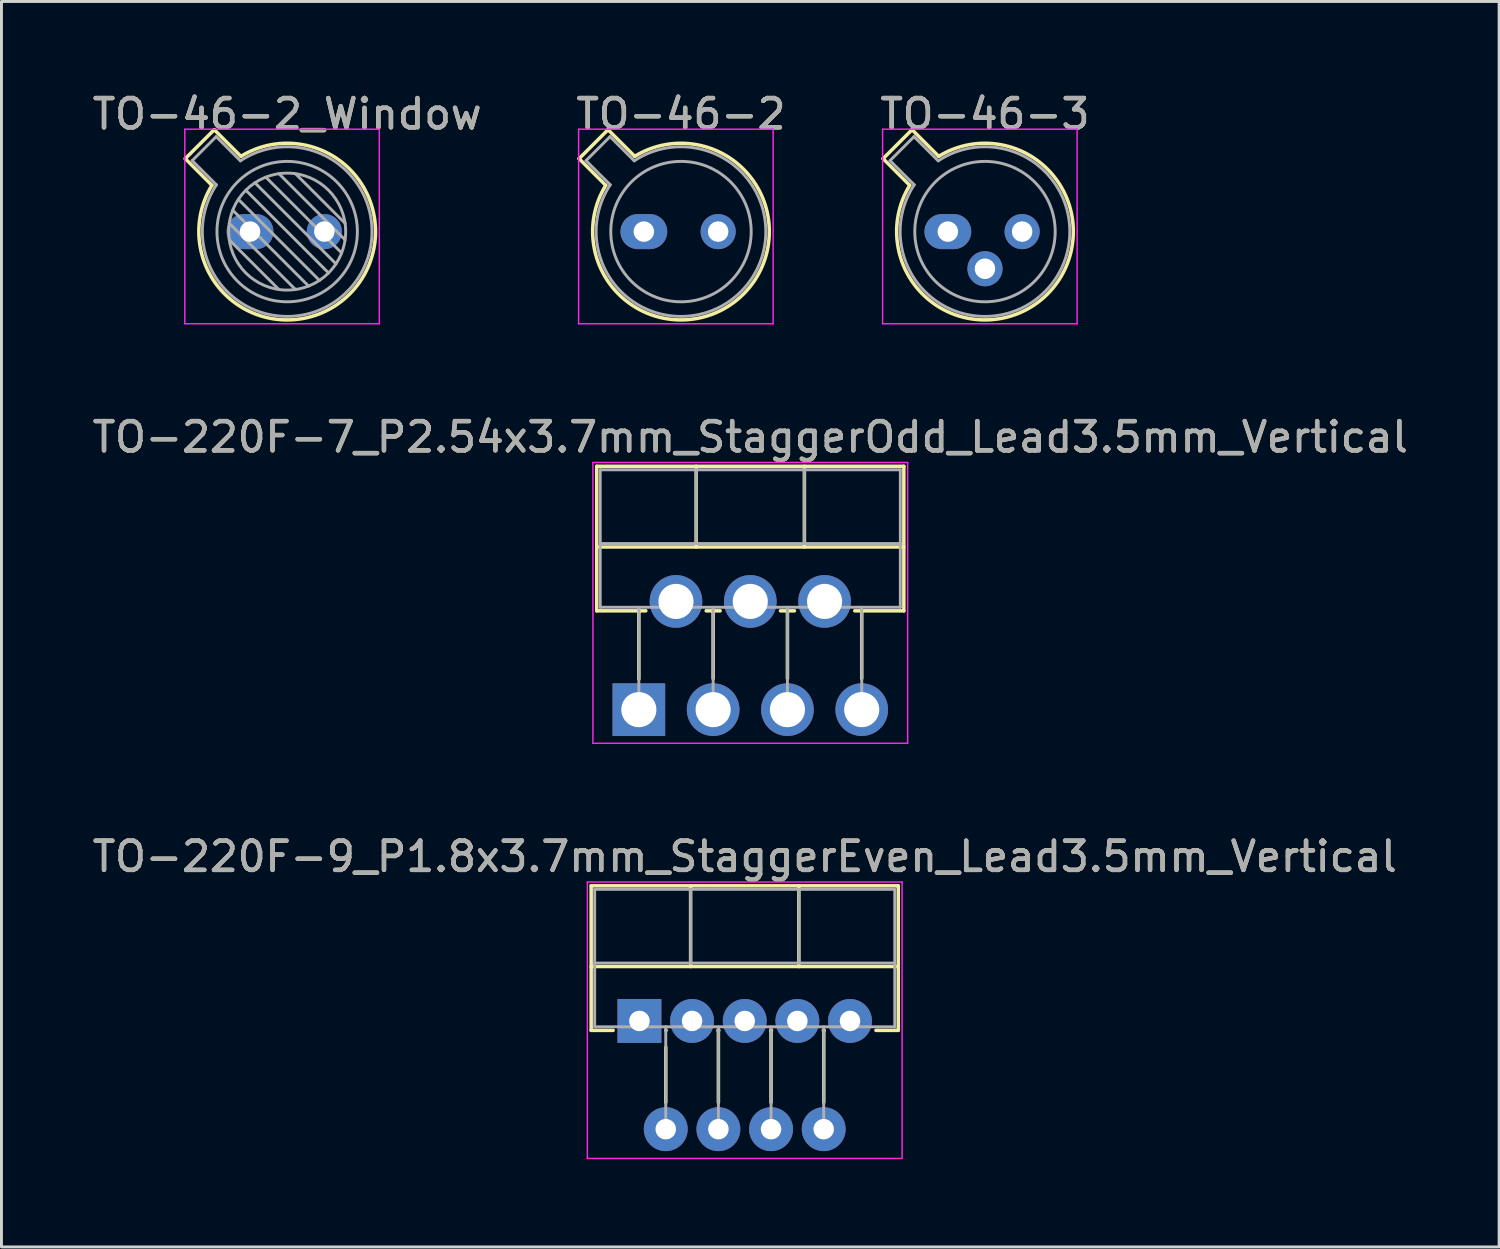
<source format=kicad_pcb>
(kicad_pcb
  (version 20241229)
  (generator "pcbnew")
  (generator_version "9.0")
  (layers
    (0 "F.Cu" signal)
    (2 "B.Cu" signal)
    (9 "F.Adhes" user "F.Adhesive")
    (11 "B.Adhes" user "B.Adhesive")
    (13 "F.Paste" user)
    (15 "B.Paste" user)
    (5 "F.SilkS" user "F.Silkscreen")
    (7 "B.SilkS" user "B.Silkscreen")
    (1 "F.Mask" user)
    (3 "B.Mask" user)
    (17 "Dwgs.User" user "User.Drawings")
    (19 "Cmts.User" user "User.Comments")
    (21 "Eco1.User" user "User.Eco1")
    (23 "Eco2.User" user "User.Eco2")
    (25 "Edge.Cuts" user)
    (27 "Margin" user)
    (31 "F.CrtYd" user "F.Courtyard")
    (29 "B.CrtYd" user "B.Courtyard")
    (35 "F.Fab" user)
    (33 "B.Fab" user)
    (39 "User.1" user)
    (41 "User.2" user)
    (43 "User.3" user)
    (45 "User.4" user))
  (footprint "TO-220F-7_P2.54x3.7mm_StaggerOdd_Lead3.5mm_Vertical"
    (layer "F.Cu")
    (at 18.791 21.212)
    (property "Reference" "TO-220F-7_P2.54x3.7mm_StaggerOdd_Lead3.5mm_Vertical" (at 3.81 -9.32 0) (layer "F.SilkS") (effects (font (size 1 1) (thickness 0.15))))
    (attr through_hole)
    (fp_line (start -1.44 -8.32) (end -1.44 -3.379) (stroke (width 0.12) (type solid)) (layer "F.SilkS"))
    (fp_line (start -1.44 -8.32) (end 9.06 -8.32) (stroke (width 0.12) (type solid)) (layer "F.SilkS"))
    (fp_line (start -1.44 -5.561) (end 9.06 -5.561) (stroke (width 0.12) (type solid)) (layer "F.SilkS"))
    (fp_line (start -1.44 -3.379) (end 0.239 -3.379) (stroke (width 0.12) (type solid)) (layer "F.SilkS"))
    (fp_line (start 0 -3.379) (end 0 -1.049) (stroke (width 0.12) (type solid)) (layer "F.SilkS"))
    (fp_line (start 1.96 -8.32) (end 1.96 -5.561) (stroke (width 0.12) (type solid)) (layer "F.SilkS"))
    (fp_line (start 2.302 -3.379) (end 2.779 -3.379) (stroke (width 0.12) (type solid)) (layer "F.SilkS"))
    (fp_line (start 2.54 -3.379) (end 2.54 -1.065) (stroke (width 0.12) (type solid)) (layer "F.SilkS"))
    (fp_line (start 4.842 -3.379) (end 5.319 -3.379) (stroke (width 0.12) (type solid)) (layer "F.SilkS"))
    (fp_line (start 5.08 -3.379) (end 5.08 -1.065) (stroke (width 0.12) (type solid)) (layer "F.SilkS"))
    (fp_line (start 5.66 -8.32) (end 5.66 -5.561) (stroke (width 0.12) (type solid)) (layer "F.SilkS"))
    (fp_line (start 7.382 -3.379) (end 9.06 -3.379) (stroke (width 0.12) (type solid)) (layer "F.SilkS"))
    (fp_line (start 7.62 -3.379) (end 7.62 -1.065) (stroke (width 0.12) (type solid)) (layer "F.SilkS"))
    (fp_line (start 9.06 -8.32) (end 9.06 -3.379) (stroke (width 0.12) (type solid)) (layer "F.SilkS"))
    (fp_line (start -1.57 -8.45) (end -1.57 1.15) (stroke (width 0.05) (type solid)) (layer "F.CrtYd"))
    (fp_line (start -1.57 1.15) (end 9.19 1.15) (stroke (width 0.05) (type solid)) (layer "F.CrtYd"))
    (fp_line (start 9.19 -8.45) (end -1.57 -8.45) (stroke (width 0.05) (type solid)) (layer "F.CrtYd"))
    (fp_line (start 9.19 1.15) (end 9.19 -8.45) (stroke (width 0.05) (type solid)) (layer "F.CrtYd"))
    (fp_line (start -1.32 -8.2) (end -1.32 -3.5) (stroke (width 0.1) (type solid)) (layer "F.Fab"))
    (fp_line (start -1.32 -5.68) (end 8.94 -5.68) (stroke (width 0.1) (type solid)) (layer "F.Fab"))
    (fp_line (start -1.32 -3.5) (end 8.94 -3.5) (stroke (width 0.1) (type solid)) (layer "F.Fab"))
    (fp_line (start 0 -3.5) (end 0 0) (stroke (width 0.1) (type solid)) (layer "F.Fab"))
    (fp_line (start 1.96 -8.2) (end 1.96 -5.68) (stroke (width 0.1) (type solid)) (layer "F.Fab"))
    (fp_line (start 2.54 -3.5) (end 2.54 0) (stroke (width 0.1) (type solid)) (layer "F.Fab"))
    (fp_line (start 5.08 -3.5) (end 5.08 0) (stroke (width 0.1) (type solid)) (layer "F.Fab"))
    (fp_line (start 5.66 -8.2) (end 5.66 -5.68) (stroke (width 0.1) (type solid)) (layer "F.Fab"))
    (fp_line (start 7.62 -3.5) (end 7.62 0) (stroke (width 0.1) (type solid)) (layer "F.Fab"))
    (fp_line (start 8.94 -8.2) (end -1.32 -8.2) (stroke (width 0.1) (type solid)) (layer "F.Fab"))
    (fp_line (start 8.94 -3.5) (end 8.94 -8.2) (stroke (width 0.1) (type solid)) (layer "F.Fab"))
    (fp_text user "${REFERENCE}" (at 3.81 -9.32 0) (layer "F.Fab") (effects (font (size 1 1) (thickness 0.15))))
    (pad "1" thru_hole rect (at 0 0) (size 1.8 1.8) (drill 1.2) (layers "*.Cu" "*.Mask"))
    (pad "2" thru_hole oval (at 1.27 -3.7) (size 1.8 1.8) (drill 1.2) (layers "*.Cu" "*.Mask"))
    (pad "3" thru_hole oval (at 2.54 0) (size 1.8 1.8) (drill 1.2) (layers "*.Cu" "*.Mask"))
    (pad "4" thru_hole oval (at 3.81 -3.7) (size 1.8 1.8) (drill 1.2) (layers "*.Cu" "*.Mask"))
    (pad "5" thru_hole oval (at 5.08 0) (size 1.8 1.8) (drill 1.2) (layers "*.Cu" "*.Mask"))
    (pad "6" thru_hole oval (at 6.35 -3.7) (size 1.8 1.8) (drill 1.2) (layers "*.Cu" "*.Mask"))
    (pad "7" thru_hole oval (at 7.62 0) (size 1.8 1.8) (drill 1.2) (layers "*.Cu" "*.Mask")))
  (footprint "TO-220F-9_P1.8x3.7mm_StaggerEven_Lead3.5mm_Vertical"
    (layer "F.Cu")
    (at 18.811 31.855)
    (property "Reference" "TO-220F-9_P1.8x3.7mm_StaggerEven_Lead3.5mm_Vertical" (at 3.6 -5.62 0) (layer "F.SilkS") (effects (font (size 1 1) (thickness 0.15))))
    (attr through_hole)
    (fp_line (start -1.65 -4.62) (end -1.65 0.321) (stroke (width 0.12) (type solid)) (layer "F.SilkS"))
    (fp_line (start -1.65 -4.62) (end 8.85 -4.62) (stroke (width 0.12) (type solid)) (layer "F.SilkS"))
    (fp_line (start -1.65 -1.861) (end 8.85 -1.861) (stroke (width 0.12) (type solid)) (layer "F.SilkS"))
    (fp_line (start -1.65 0.321) (end -0.9 0.321) (stroke (width 0.12) (type solid)) (layer "F.SilkS"))
    (fp_line (start 0.9 0.321) (end 0.914 0.321) (stroke (width 0.12) (type solid)) (layer "F.SilkS"))
    (fp_line (start 0.9 0.9) (end 0.9 2.785) (stroke (width 0.12) (type solid)) (layer "F.SilkS"))
    (fp_line (start 1.75 -4.62) (end 1.75 -1.861) (stroke (width 0.12) (type solid)) (layer "F.SilkS"))
    (fp_line (start 2.687 0.321) (end 2.714 0.321) (stroke (width 0.12) (type solid)) (layer "F.SilkS"))
    (fp_line (start 2.7 0.321) (end 2.7 2.785) (stroke (width 0.12) (type solid)) (layer "F.SilkS"))
    (fp_line (start 4.487 0.321) (end 4.514 0.321) (stroke (width 0.12) (type solid)) (layer "F.SilkS"))
    (fp_line (start 4.5 0.321) (end 4.5 2.785) (stroke (width 0.12) (type solid)) (layer "F.SilkS"))
    (fp_line (start 5.45 -4.62) (end 5.45 -1.861) (stroke (width 0.12) (type solid)) (layer "F.SilkS"))
    (fp_line (start 6.287 0.321) (end 6.314 0.321) (stroke (width 0.12) (type solid)) (layer "F.SilkS"))
    (fp_line (start 6.301 0.321) (end 6.301 2.785) (stroke (width 0.12) (type solid)) (layer "F.SilkS"))
    (fp_line (start 8.087 0.321) (end 8.85 0.321) (stroke (width 0.12) (type solid)) (layer "F.SilkS"))
    (fp_line (start 8.85 -4.62) (end 8.85 0.321) (stroke (width 0.12) (type solid)) (layer "F.SilkS"))
    (fp_line (start -1.78 -4.75) (end -1.78 4.7) (stroke (width 0.05) (type solid)) (layer "F.CrtYd"))
    (fp_line (start -1.78 4.7) (end 8.98 4.7) (stroke (width 0.05) (type solid)) (layer "F.CrtYd"))
    (fp_line (start 8.98 -4.75) (end -1.78 -4.75) (stroke (width 0.05) (type solid)) (layer "F.CrtYd"))
    (fp_line (start 8.98 4.7) (end 8.98 -4.75) (stroke (width 0.05) (type solid)) (layer "F.CrtYd"))
    (fp_line (start -1.53 -4.5) (end -1.53 0.2) (stroke (width 0.1) (type solid)) (layer "F.Fab"))
    (fp_line (start -1.53 -1.98) (end 8.73 -1.98) (stroke (width 0.1) (type solid)) (layer "F.Fab"))
    (fp_line (start -1.53 0.2) (end 8.73 0.2) (stroke (width 0.1) (type solid)) (layer "F.Fab"))
    (fp_line (start 0.9 0.2) (end 0.9 3.7) (stroke (width 0.1) (type solid)) (layer "F.Fab"))
    (fp_line (start 1.75 -4.5) (end 1.75 -1.98) (stroke (width 0.1) (type solid)) (layer "F.Fab"))
    (fp_line (start 2.7 0.2) (end 2.7 3.7) (stroke (width 0.1) (type solid)) (layer "F.Fab"))
    (fp_line (start 4.5 0.2) (end 4.5 3.7) (stroke (width 0.1) (type solid)) (layer "F.Fab"))
    (fp_line (start 5.45 -4.5) (end 5.45 -1.98) (stroke (width 0.1) (type solid)) (layer "F.Fab"))
    (fp_line (start 6.3 0.2) (end 6.3 3.7) (stroke (width 0.1) (type solid)) (layer "F.Fab"))
    (fp_line (start 8.73 -4.5) (end -1.53 -4.5) (stroke (width 0.1) (type solid)) (layer "F.Fab"))
    (fp_line (start 8.73 0.2) (end 8.73 -4.5) (stroke (width 0.1) (type solid)) (layer "F.Fab"))
    (fp_text user "${REFERENCE}" (at 3.6 -5.62 0) (layer "F.Fab") (effects (font (size 1 1) (thickness 0.15))))
    (pad "1" thru_hole rect (at 0 0) (size 1.5 1.5) (drill 0.7) (layers "*.Cu" "*.Mask"))
    (pad "2" thru_hole oval (at 0.9 3.7) (size 1.5 1.5) (drill 0.7) (layers "*.Cu" "*.Mask"))
    (pad "3" thru_hole oval (at 1.8 0) (size 1.5 1.5) (drill 0.7) (layers "*.Cu" "*.Mask"))
    (pad "4" thru_hole oval (at 2.7 3.7) (size 1.5 1.5) (drill 0.7) (layers "*.Cu" "*.Mask"))
    (pad "5" thru_hole oval (at 3.6 0) (size 1.5 1.5) (drill 0.7) (layers "*.Cu" "*.Mask"))
    (pad "6" thru_hole oval (at 4.5 3.7) (size 1.5 1.5) (drill 0.7) (layers "*.Cu" "*.Mask"))
    (pad "7" thru_hole oval (at 5.4 0) (size 1.5 1.5) (drill 0.7) (layers "*.Cu" "*.Mask"))
    (pad "8" thru_hole oval (at 6.3 3.7) (size 1.5 1.5) (drill 0.7) (layers "*.Cu" "*.Mask"))
    (pad "9" thru_hole oval (at 7.2 0) (size 1.5 1.5) (drill 0.7) (layers "*.Cu" "*.Mask")))
  (footprint "TO-46-3"
    (layer "F.Cu")
    (at 29.355 4.868)
    (property "Reference" "TO-46-3" (at 1.27 -4.02 0) (layer "F.SilkS") (effects (font (size 1 1) (thickness 0.15))))
    (attr through_hole)
    (fp_line (start -2.214 -2.494) (end -1.302 -1.582) (stroke (width 0.12) (type solid)) (layer "F.SilkS"))
    (fp_line (start -1.224 -3.484) (end -2.214 -2.494) (stroke (width 0.12) (type solid)) (layer "F.SilkS"))
    (fp_line (start -0.312 -2.572) (end -1.224 -3.484) (stroke (width 0.12) (type solid)) (layer "F.SilkS"))
    (fp_arc (start -0.312331 -2.572281) (mid 3.405374 2.135551) (end -1.30215 -1.582544) (stroke (width 0.12) (type solid)) (layer "F.SilkS"))
    (fp_line (start -2.23 -3.5) (end -2.23 3.15) (stroke (width 0.05) (type solid)) (layer "F.CrtYd"))
    (fp_line (start -2.23 3.15) (end 4.42 3.15) (stroke (width 0.05) (type solid)) (layer "F.CrtYd"))
    (fp_line (start 4.42 -3.5) (end -2.23 -3.5) (stroke (width 0.05) (type solid)) (layer "F.CrtYd"))
    (fp_line (start 4.42 3.15) (end 4.42 -3.5) (stroke (width 0.05) (type solid)) (layer "F.CrtYd"))
    (fp_line (start -1.977 -2.426) (end -1.149 -1.599) (stroke (width 0.1) (type solid)) (layer "F.Fab"))
    (fp_line (start -1.156 -3.247) (end -1.977 -2.426) (stroke (width 0.1) (type solid)) (layer "F.Fab"))
    (fp_line (start -0.329 -2.419) (end -1.156 -3.247) (stroke (width 0.1) (type solid)) (layer "F.Fab"))
    (fp_arc (start -0.329057 -2.419301) (mid 3.321076 2.050143) (end -1.150029 -1.597956) (stroke (width 0.1) (type solid)) (layer "F.Fab"))
    (fp_circle (center 1.27 0) (end 3.67 0) (stroke (width 0.1) (type solid)) (fill no) (layer "F.Fab"))
    (fp_text user "${REFERENCE}" (at 1.27 -4.02 0) (layer "F.Fab") (effects (font (size 1 1) (thickness 0.15))))
    (pad "1" thru_hole oval (at 0 0) (size 1.6 1.2) (drill 0.7) (layers "*.Cu" "*.Mask"))
    (pad "2" thru_hole oval (at 1.27 1.27) (size 1.2 1.2) (drill 0.7) (layers "*.Cu" "*.Mask"))
    (pad "3" thru_hole oval (at 2.54 0) (size 1.2 1.2) (drill 0.7) (layers "*.Cu" "*.Mask")))
  (footprint "TO-46-2"
    (layer "F.Cu")
    (at 18.962 4.868)
    (property "Reference" "TO-46-2" (at 1.27 -4.02 0) (layer "F.SilkS") (effects (font (size 1 1) (thickness 0.15))))
    (attr through_hole)
    (fp_line (start -2.214 -2.494) (end -1.302 -1.582) (stroke (width 0.12) (type solid)) (layer "F.SilkS"))
    (fp_line (start -1.224 -3.484) (end -2.214 -2.494) (stroke (width 0.12) (type solid)) (layer "F.SilkS"))
    (fp_line (start -0.312 -2.572) (end -1.224 -3.484) (stroke (width 0.12) (type solid)) (layer "F.SilkS"))
    (fp_arc (start -0.312331 -2.572281) (mid 3.405374 2.135551) (end -1.30215 -1.582544) (stroke (width 0.12) (type solid)) (layer "F.SilkS"))
    (fp_line (start -2.23 -3.5) (end -2.23 3.15) (stroke (width 0.05) (type solid)) (layer "F.CrtYd"))
    (fp_line (start -2.23 3.15) (end 4.42 3.15) (stroke (width 0.05) (type solid)) (layer "F.CrtYd"))
    (fp_line (start 4.42 -3.5) (end -2.23 -3.5) (stroke (width 0.05) (type solid)) (layer "F.CrtYd"))
    (fp_line (start 4.42 3.15) (end 4.42 -3.5) (stroke (width 0.05) (type solid)) (layer "F.CrtYd"))
    (fp_line (start -1.977 -2.426) (end -1.149 -1.599) (stroke (width 0.1) (type solid)) (layer "F.Fab"))
    (fp_line (start -1.156 -3.247) (end -1.977 -2.426) (stroke (width 0.1) (type solid)) (layer "F.Fab"))
    (fp_line (start -0.329 -2.419) (end -1.156 -3.247) (stroke (width 0.1) (type solid)) (layer "F.Fab"))
    (fp_arc (start -0.329057 -2.419301) (mid 3.321076 2.050143) (end -1.150029 -1.597956) (stroke (width 0.1) (type solid)) (layer "F.Fab"))
    (fp_circle (center 1.27 0) (end 3.67 0) (stroke (width 0.1) (type solid)) (fill no) (layer "F.Fab"))
    (fp_text user "${REFERENCE}" (at 1.27 -4.02 0) (layer "F.Fab") (effects (font (size 1 1) (thickness 0.15))))
    (pad "1" thru_hole oval (at 0 0) (size 1.6 1.2) (drill 0.7) (layers "*.Cu" "*.Mask"))
    (pad "2" thru_hole oval (at 2.54 0) (size 1.2 1.2) (drill 0.7) (layers "*.Cu" "*.Mask")))
  (footprint "TO-46-2_Window"
    (layer "F.Cu")
    (at 5.498 4.868)
    (property "Reference" "TO-46-2_Window" (at 1.27 -4.02 0) (layer "F.SilkS") (effects (font (size 1 1) (thickness 0.15))))
    (attr through_hole)
    (fp_line (start -2.214 -2.494) (end -1.302 -1.582) (stroke (width 0.12) (type solid)) (layer "F.SilkS"))
    (fp_line (start -1.224 -3.484) (end -2.214 -2.494) (stroke (width 0.12) (type solid)) (layer "F.SilkS"))
    (fp_line (start -0.312 -2.572) (end -1.224 -3.484) (stroke (width 0.12) (type solid)) (layer "F.SilkS"))
    (fp_arc (start -0.312331 -2.572281) (mid 3.405374 2.135551) (end -1.30215 -1.582544) (stroke (width 0.12) (type solid)) (layer "F.SilkS"))
    (fp_line (start -2.23 -3.5) (end -2.23 3.15) (stroke (width 0.05) (type solid)) (layer "F.CrtYd"))
    (fp_line (start -2.23 3.15) (end 4.42 3.15) (stroke (width 0.05) (type solid)) (layer "F.CrtYd"))
    (fp_line (start 4.42 -3.5) (end -2.23 -3.5) (stroke (width 0.05) (type solid)) (layer "F.CrtYd"))
    (fp_line (start 4.42 3.15) (end 4.42 -3.5) (stroke (width 0.05) (type solid)) (layer "F.CrtYd"))
    (fp_line (start -1.977 -2.426) (end -1.149 -1.599) (stroke (width 0.1) (type solid)) (layer "F.Fab"))
    (fp_line (start -1.156 -3.247) (end -1.977 -2.426) (stroke (width 0.1) (type solid)) (layer "F.Fab"))
    (fp_line (start -0.71 -0.283) (end 1.553 1.98) (stroke (width 0.1) (type solid)) (layer "F.Fab"))
    (fp_line (start -0.71 0.283) (end 0.987 1.98) (stroke (width 0.1) (type solid)) (layer "F.Fab"))
    (fp_line (start -0.592 -0.731) (end 2.001 1.862) (stroke (width 0.1) (type solid)) (layer "F.Fab"))
    (fp_line (start -0.399 -1.103) (end 2.373 1.669) (stroke (width 0.1) (type solid)) (layer "F.Fab"))
    (fp_line (start -0.329 -2.419) (end -1.156 -3.247) (stroke (width 0.1) (type solid)) (layer "F.Fab"))
    (fp_line (start -0.145 -1.415) (end 2.685 1.415) (stroke (width 0.1) (type solid)) (layer "F.Fab"))
    (fp_line (start 0.167 -1.669) (end 2.939 1.103) (stroke (width 0.1) (type solid)) (layer "F.Fab"))
    (fp_line (start 0.539 -1.862) (end 3.132 0.731) (stroke (width 0.1) (type solid)) (layer "F.Fab"))
    (fp_line (start 0.987 -1.98) (end 3.25 0.283) (stroke (width 0.1) (type solid)) (layer "F.Fab"))
    (fp_line (start 1.553 -1.98) (end 3.25 -0.283) (stroke (width 0.1) (type solid)) (layer "F.Fab"))
    (fp_arc (start -0.329057 -2.419301) (mid 3.321076 2.050143) (end -1.150029 -1.597956) (stroke (width 0.1) (type solid)) (layer "F.Fab"))
    (fp_circle (center 1.27 0) (end 3.27 0) (stroke (width 0.1) (type solid)) (fill no) (layer "F.Fab"))
    (fp_circle (center 1.27 0) (end 3.67 0) (stroke (width 0.1) (type solid)) (fill no) (layer "F.Fab"))
    (fp_text user "${REFERENCE}" (at 1.27 -4.02 0) (layer "F.Fab") (effects (font (size 1 1) (thickness 0.15))))
    (pad "1" thru_hole oval (at 0 0) (size 1.6 1.2) (drill 0.7) (layers "*.Cu" "*.Mask"))
    (pad "2" thru_hole oval (at 2.54 0) (size 1.2 1.2) (drill 0.7) (layers "*.Cu" "*.Mask")))
  (gr_rect
    (start -3 -3)
    (end 48.202 39.58)
    (stroke (width 0.1) (type default))
    (fill no)
    (layer "Edge.Cuts")))
</source>
